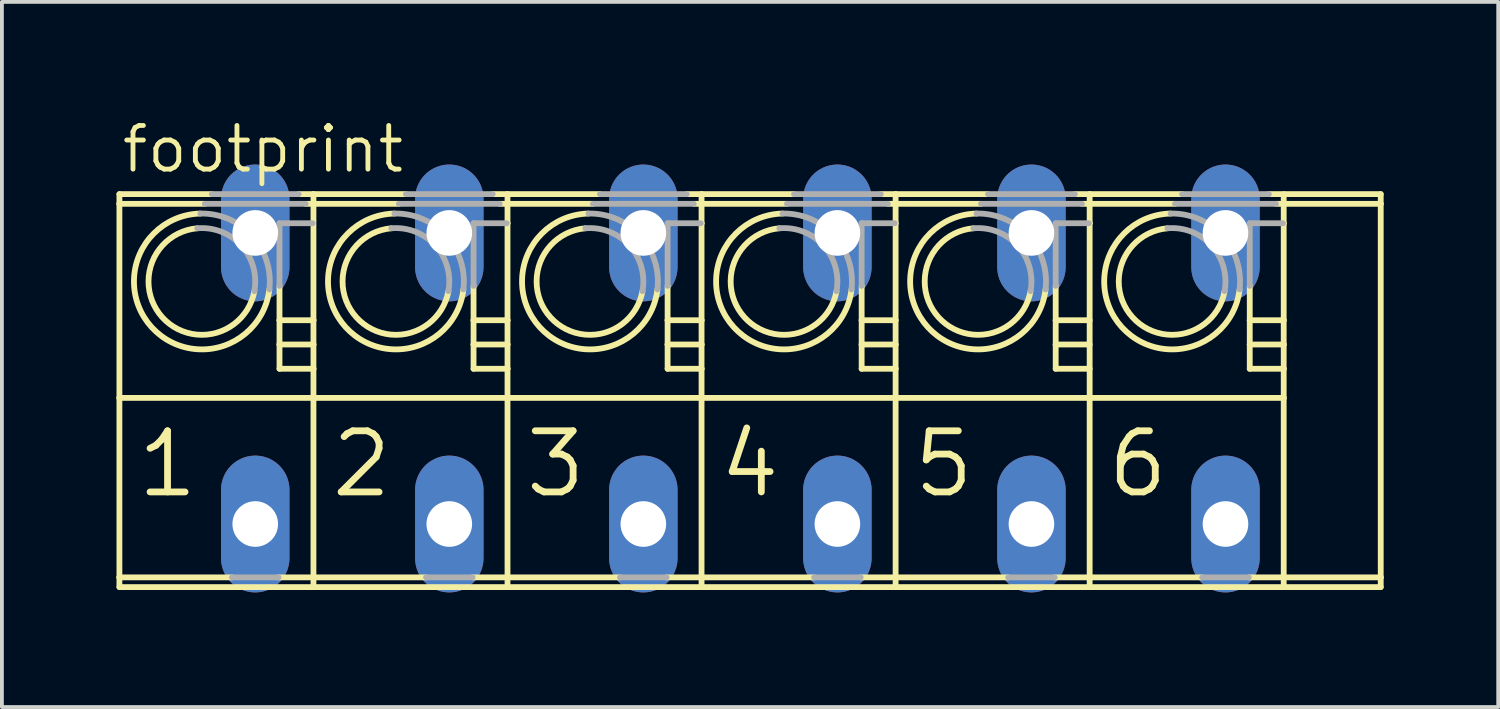
<source format=kicad_pcb>
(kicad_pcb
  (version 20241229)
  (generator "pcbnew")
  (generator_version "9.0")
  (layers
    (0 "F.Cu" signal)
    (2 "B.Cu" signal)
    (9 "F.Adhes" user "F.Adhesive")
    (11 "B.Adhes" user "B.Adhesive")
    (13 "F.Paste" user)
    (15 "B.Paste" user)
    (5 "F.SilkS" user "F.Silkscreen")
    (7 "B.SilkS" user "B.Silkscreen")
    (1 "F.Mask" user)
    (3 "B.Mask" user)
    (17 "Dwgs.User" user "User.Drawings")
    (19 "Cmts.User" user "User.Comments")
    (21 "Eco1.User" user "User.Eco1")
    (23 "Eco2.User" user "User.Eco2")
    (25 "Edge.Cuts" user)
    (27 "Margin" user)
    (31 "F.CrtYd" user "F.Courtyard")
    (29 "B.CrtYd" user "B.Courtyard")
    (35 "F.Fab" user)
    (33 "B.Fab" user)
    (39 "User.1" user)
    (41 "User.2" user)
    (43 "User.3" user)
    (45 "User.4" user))
  (footprint "footprint"
    (layer "F.Cu")
    (at 16.332 6.858)
    (property "Reference" "footprint" (at -16.256 -5.334 0) (layer "F.SilkS") (effects (font (size 1.143 1.143) (thickness 0.127)) (justify left bottom)))
    (fp_line (start -16.256 -4.572) (end -16.256 -4.826) (stroke (width 0.152) (type solid)) (layer "F.SilkS"))
    (fp_line (start -16.256 -4.572) (end -14.02 -4.572) (stroke (width 0.152) (type solid)) (layer "F.SilkS"))
    (fp_line (start -16.256 0.508) (end -16.256 -4.572) (stroke (width 0.152) (type solid)) (layer "F.SilkS"))
    (fp_line (start -16.256 0.508) (end -11.176 0.508) (stroke (width 0.152) (type solid)) (layer "F.SilkS"))
    (fp_line (start -16.256 5.207) (end -16.256 0.508) (stroke (width 0.152) (type solid)) (layer "F.SilkS"))
    (fp_line (start -16.256 5.207) (end -13.309 5.207) (stroke (width 0.152) (type solid)) (layer "F.SilkS"))
    (fp_line (start -16.256 5.461) (end -16.256 5.207) (stroke (width 0.152) (type solid)) (layer "F.SilkS"))
    (fp_line (start -13.836 -4.826) (end -16.256 -4.826) (stroke (width 0.152) (type solid)) (layer "F.SilkS"))
    (fp_line (start -12.091 5.207) (end -11.176 5.207) (stroke (width 0.152) (type solid)) (layer "F.SilkS"))
    (fp_line (start -12.065 -1.524) (end -12.065 -2.425) (stroke (width 0.152) (type solid)) (layer "F.SilkS"))
    (fp_line (start -12.065 -0.889) (end -12.065 -1.524) (stroke (width 0.152) (type solid)) (layer "F.SilkS"))
    (fp_line (start -12.065 -0.254) (end -12.065 -0.889) (stroke (width 0.152) (type solid)) (layer "F.SilkS"))
    (fp_line (start -11.38 -4.572) (end -11.176 -4.572) (stroke (width 0.152) (type solid)) (layer "F.SilkS"))
    (fp_line (start -11.176 -4.826) (end -11.564 -4.826) (stroke (width 0.152) (type solid)) (layer "F.SilkS"))
    (fp_line (start -11.176 -4.572) (end -11.176 -4.826) (stroke (width 0.152) (type solid)) (layer "F.SilkS"))
    (fp_line (start -11.176 -4.572) (end -8.94 -4.572) (stroke (width 0.152) (type solid)) (layer "F.SilkS"))
    (fp_line (start -11.176 -1.524) (end -12.065 -1.524) (stroke (width 0.152) (type solid)) (layer "F.SilkS"))
    (fp_line (start -11.176 -1.524) (end -11.176 -4.572) (stroke (width 0.152) (type solid)) (layer "F.SilkS"))
    (fp_line (start -11.176 -0.889) (end -12.065 -0.889) (stroke (width 0.152) (type solid)) (layer "F.SilkS"))
    (fp_line (start -11.176 -0.889) (end -11.176 -1.524) (stroke (width 0.152) (type solid)) (layer "F.SilkS"))
    (fp_line (start -11.176 -0.254) (end -12.065 -0.254) (stroke (width 0.152) (type solid)) (layer "F.SilkS"))
    (fp_line (start -11.176 -0.254) (end -11.176 -0.889) (stroke (width 0.152) (type solid)) (layer "F.SilkS"))
    (fp_line (start -11.176 0.508) (end -11.176 -0.254) (stroke (width 0.152) (type solid)) (layer "F.SilkS"))
    (fp_line (start -11.176 0.508) (end -6.096 0.508) (stroke (width 0.152) (type solid)) (layer "F.SilkS"))
    (fp_line (start -11.176 5.207) (end -11.176 0.508) (stroke (width 0.152) (type solid)) (layer "F.SilkS"))
    (fp_line (start -11.176 5.207) (end -8.229 5.207) (stroke (width 0.152) (type solid)) (layer "F.SilkS"))
    (fp_line (start -11.176 5.461) (end -16.256 5.461) (stroke (width 0.152) (type solid)) (layer "F.SilkS"))
    (fp_line (start -11.176 5.461) (end -11.176 5.207) (stroke (width 0.152) (type solid)) (layer "F.SilkS"))
    (fp_line (start -8.756 -4.826) (end -11.176 -4.826) (stroke (width 0.152) (type solid)) (layer "F.SilkS"))
    (fp_line (start -7.011 5.207) (end -6.096 5.207) (stroke (width 0.152) (type solid)) (layer "F.SilkS"))
    (fp_line (start -6.985 -1.524) (end -6.985 -2.425) (stroke (width 0.152) (type solid)) (layer "F.SilkS"))
    (fp_line (start -6.985 -0.889) (end -6.985 -1.524) (stroke (width 0.152) (type solid)) (layer "F.SilkS"))
    (fp_line (start -6.985 -0.254) (end -6.985 -0.889) (stroke (width 0.152) (type solid)) (layer "F.SilkS"))
    (fp_line (start -6.3 -4.572) (end -6.096 -4.572) (stroke (width 0.152) (type solid)) (layer "F.SilkS"))
    (fp_line (start -6.117 -4.064) (end -6.096 -4.064) (stroke (width 0.152) (type solid)) (layer "F.SilkS"))
    (fp_line (start -6.096 -4.826) (end -6.484 -4.826) (stroke (width 0.152) (type solid)) (layer "F.SilkS"))
    (fp_line (start -6.096 -4.572) (end -6.096 -4.826) (stroke (width 0.152) (type solid)) (layer "F.SilkS"))
    (fp_line (start -6.096 -4.572) (end -3.86 -4.572) (stroke (width 0.152) (type solid)) (layer "F.SilkS"))
    (fp_line (start -6.096 -4.064) (end -6.096 -4.572) (stroke (width 0.152) (type solid)) (layer "F.SilkS"))
    (fp_line (start -6.096 -1.524) (end -6.985 -1.524) (stroke (width 0.152) (type solid)) (layer "F.SilkS"))
    (fp_line (start -6.096 -1.524) (end -6.096 -4.064) (stroke (width 0.152) (type solid)) (layer "F.SilkS"))
    (fp_line (start -6.096 -0.889) (end -6.985 -0.889) (stroke (width 0.152) (type solid)) (layer "F.SilkS"))
    (fp_line (start -6.096 -0.889) (end -6.096 -1.524) (stroke (width 0.152) (type solid)) (layer "F.SilkS"))
    (fp_line (start -6.096 -0.254) (end -6.985 -0.254) (stroke (width 0.152) (type solid)) (layer "F.SilkS"))
    (fp_line (start -6.096 -0.254) (end -6.096 -0.889) (stroke (width 0.152) (type solid)) (layer "F.SilkS"))
    (fp_line (start -6.096 0.508) (end -6.096 -0.254) (stroke (width 0.152) (type solid)) (layer "F.SilkS"))
    (fp_line (start -6.096 0.508) (end -1.016 0.508) (stroke (width 0.152) (type solid)) (layer "F.SilkS"))
    (fp_line (start -6.096 5.207) (end -6.096 0.508) (stroke (width 0.152) (type solid)) (layer "F.SilkS"))
    (fp_line (start -6.096 5.207) (end -3.149 5.207) (stroke (width 0.152) (type solid)) (layer "F.SilkS"))
    (fp_line (start -6.096 5.461) (end -11.176 5.461) (stroke (width 0.152) (type solid)) (layer "F.SilkS"))
    (fp_line (start -6.096 5.461) (end -6.096 5.207) (stroke (width 0.152) (type solid)) (layer "F.SilkS"))
    (fp_line (start -3.676 -4.826) (end -6.096 -4.826) (stroke (width 0.152) (type solid)) (layer "F.SilkS"))
    (fp_line (start -1.931 5.207) (end -1.016 5.207) (stroke (width 0.152) (type solid)) (layer "F.SilkS"))
    (fp_line (start -1.905 -1.524) (end -1.905 -2.425) (stroke (width 0.152) (type solid)) (layer "F.SilkS"))
    (fp_line (start -1.905 -0.889) (end -1.905 -1.524) (stroke (width 0.152) (type solid)) (layer "F.SilkS"))
    (fp_line (start -1.905 -0.254) (end -1.905 -0.889) (stroke (width 0.152) (type solid)) (layer "F.SilkS"))
    (fp_line (start -1.22 -4.572) (end -1.016 -4.572) (stroke (width 0.152) (type solid)) (layer "F.SilkS"))
    (fp_line (start -1.037 -4.064) (end -1.016 -4.064) (stroke (width 0.152) (type solid)) (layer "F.SilkS"))
    (fp_line (start -1.016 -4.826) (end -1.404 -4.826) (stroke (width 0.152) (type solid)) (layer "F.SilkS"))
    (fp_line (start -1.016 -4.572) (end -1.016 -4.826) (stroke (width 0.152) (type solid)) (layer "F.SilkS"))
    (fp_line (start -1.016 -4.572) (end 1.22 -4.572) (stroke (width 0.152) (type solid)) (layer "F.SilkS"))
    (fp_line (start -1.016 -4.064) (end -1.016 -4.572) (stroke (width 0.152) (type solid)) (layer "F.SilkS"))
    (fp_line (start -1.016 -1.524) (end -1.905 -1.524) (stroke (width 0.152) (type solid)) (layer "F.SilkS"))
    (fp_line (start -1.016 -1.524) (end -1.016 -4.064) (stroke (width 0.152) (type solid)) (layer "F.SilkS"))
    (fp_line (start -1.016 -0.889) (end -1.905 -0.889) (stroke (width 0.152) (type solid)) (layer "F.SilkS"))
    (fp_line (start -1.016 -0.889) (end -1.016 -1.524) (stroke (width 0.152) (type solid)) (layer "F.SilkS"))
    (fp_line (start -1.016 -0.254) (end -1.905 -0.254) (stroke (width 0.152) (type solid)) (layer "F.SilkS"))
    (fp_line (start -1.016 -0.254) (end -1.016 -0.889) (stroke (width 0.152) (type solid)) (layer "F.SilkS"))
    (fp_line (start -1.016 0.508) (end -1.016 -0.254) (stroke (width 0.152) (type solid)) (layer "F.SilkS"))
    (fp_line (start -1.016 0.508) (end 4.064 0.508) (stroke (width 0.152) (type solid)) (layer "F.SilkS"))
    (fp_line (start -1.016 5.207) (end -1.016 0.508) (stroke (width 0.152) (type solid)) (layer "F.SilkS"))
    (fp_line (start -1.016 5.207) (end 1.931 5.207) (stroke (width 0.152) (type solid)) (layer "F.SilkS"))
    (fp_line (start -1.016 5.461) (end -6.096 5.461) (stroke (width 0.152) (type solid)) (layer "F.SilkS"))
    (fp_line (start -1.016 5.461) (end -1.016 5.207) (stroke (width 0.152) (type solid)) (layer "F.SilkS"))
    (fp_line (start 1.404 -4.826) (end -1.016 -4.826) (stroke (width 0.152) (type solid)) (layer "F.SilkS"))
    (fp_line (start 3.149 5.207) (end 4.064 5.207) (stroke (width 0.152) (type solid)) (layer "F.SilkS"))
    (fp_line (start 3.175 -1.524) (end 3.175 -2.425) (stroke (width 0.152) (type solid)) (layer "F.SilkS"))
    (fp_line (start 3.175 -0.889) (end 3.175 -1.524) (stroke (width 0.152) (type solid)) (layer "F.SilkS"))
    (fp_line (start 3.175 -0.254) (end 3.175 -0.889) (stroke (width 0.152) (type solid)) (layer "F.SilkS"))
    (fp_line (start 3.86 -4.572) (end 4.064 -4.572) (stroke (width 0.152) (type solid)) (layer "F.SilkS"))
    (fp_line (start 4.043 -4.064) (end 4.064 -4.064) (stroke (width 0.152) (type solid)) (layer "F.SilkS"))
    (fp_line (start 4.064 -4.826) (end 3.676 -4.826) (stroke (width 0.152) (type solid)) (layer "F.SilkS"))
    (fp_line (start 4.064 -4.572) (end 4.064 -4.826) (stroke (width 0.152) (type solid)) (layer "F.SilkS"))
    (fp_line (start 4.064 -4.572) (end 6.3 -4.572) (stroke (width 0.152) (type solid)) (layer "F.SilkS"))
    (fp_line (start 4.064 -4.064) (end 4.064 -4.572) (stroke (width 0.152) (type solid)) (layer "F.SilkS"))
    (fp_line (start 4.064 -1.524) (end 3.175 -1.524) (stroke (width 0.152) (type solid)) (layer "F.SilkS"))
    (fp_line (start 4.064 -1.524) (end 4.064 -4.064) (stroke (width 0.152) (type solid)) (layer "F.SilkS"))
    (fp_line (start 4.064 -0.889) (end 3.175 -0.889) (stroke (width 0.152) (type solid)) (layer "F.SilkS"))
    (fp_line (start 4.064 -0.889) (end 4.064 -1.524) (stroke (width 0.152) (type solid)) (layer "F.SilkS"))
    (fp_line (start 4.064 -0.254) (end 3.175 -0.254) (stroke (width 0.152) (type solid)) (layer "F.SilkS"))
    (fp_line (start 4.064 -0.254) (end 4.064 -0.889) (stroke (width 0.152) (type solid)) (layer "F.SilkS"))
    (fp_line (start 4.064 0.508) (end 4.064 -0.254) (stroke (width 0.152) (type solid)) (layer "F.SilkS"))
    (fp_line (start 4.064 0.508) (end 9.144 0.508) (stroke (width 0.152) (type solid)) (layer "F.SilkS"))
    (fp_line (start 4.064 5.207) (end 4.064 0.508) (stroke (width 0.152) (type solid)) (layer "F.SilkS"))
    (fp_line (start 4.064 5.207) (end 7.011 5.207) (stroke (width 0.152) (type solid)) (layer "F.SilkS"))
    (fp_line (start 4.064 5.461) (end -1.016 5.461) (stroke (width 0.152) (type solid)) (layer "F.SilkS"))
    (fp_line (start 4.064 5.461) (end 4.064 5.207) (stroke (width 0.152) (type solid)) (layer "F.SilkS"))
    (fp_line (start 6.484 -4.826) (end 4.064 -4.826) (stroke (width 0.152) (type solid)) (layer "F.SilkS"))
    (fp_line (start 8.229 5.207) (end 9.144 5.207) (stroke (width 0.152) (type solid)) (layer "F.SilkS"))
    (fp_line (start 8.255 -1.524) (end 8.255 -2.425) (stroke (width 0.152) (type solid)) (layer "F.SilkS"))
    (fp_line (start 8.255 -0.889) (end 8.255 -1.524) (stroke (width 0.152) (type solid)) (layer "F.SilkS"))
    (fp_line (start 8.255 -0.254) (end 8.255 -0.889) (stroke (width 0.152) (type solid)) (layer "F.SilkS"))
    (fp_line (start 8.94 -4.572) (end 9.144 -4.572) (stroke (width 0.152) (type solid)) (layer "F.SilkS"))
    (fp_line (start 9.123 -4.064) (end 9.144 -4.064) (stroke (width 0.152) (type solid)) (layer "F.SilkS"))
    (fp_line (start 9.144 -4.826) (end 8.756 -4.826) (stroke (width 0.152) (type solid)) (layer "F.SilkS"))
    (fp_line (start 9.144 -4.572) (end 9.144 -4.826) (stroke (width 0.152) (type solid)) (layer "F.SilkS"))
    (fp_line (start 9.144 -4.572) (end 11.38 -4.572) (stroke (width 0.152) (type solid)) (layer "F.SilkS"))
    (fp_line (start 9.144 -4.064) (end 9.144 -4.572) (stroke (width 0.152) (type solid)) (layer "F.SilkS"))
    (fp_line (start 9.144 -1.524) (end 8.255 -1.524) (stroke (width 0.152) (type solid)) (layer "F.SilkS"))
    (fp_line (start 9.144 -0.889) (end 8.255 -0.889) (stroke (width 0.152) (type solid)) (layer "F.SilkS"))
    (fp_line (start 9.144 -0.254) (end 8.255 -0.254) (stroke (width 0.152) (type solid)) (layer "F.SilkS"))
    (fp_line (start 9.144 0.508) (end 9.144 -4.064) (stroke (width 0.152) (type solid)) (layer "F.SilkS"))
    (fp_line (start 9.144 0.508) (end 14.224 0.508) (stroke (width 0.152) (type solid)) (layer "F.SilkS"))
    (fp_line (start 9.144 5.207) (end 9.144 0.508) (stroke (width 0.152) (type solid)) (layer "F.SilkS"))
    (fp_line (start 9.144 5.207) (end 12.091 5.207) (stroke (width 0.152) (type solid)) (layer "F.SilkS"))
    (fp_line (start 9.144 5.461) (end 4.064 5.461) (stroke (width 0.152) (type solid)) (layer "F.SilkS"))
    (fp_line (start 9.144 5.461) (end 9.144 5.207) (stroke (width 0.152) (type solid)) (layer "F.SilkS"))
    (fp_line (start 11.564 -4.826) (end 9.144 -4.826) (stroke (width 0.152) (type solid)) (layer "F.SilkS"))
    (fp_line (start 13.335 -1.524) (end 13.335 -2.425) (stroke (width 0.152) (type solid)) (layer "F.SilkS"))
    (fp_line (start 13.335 -0.889) (end 13.335 -1.524) (stroke (width 0.152) (type solid)) (layer "F.SilkS"))
    (fp_line (start 13.335 -0.254) (end 13.335 -0.889) (stroke (width 0.152) (type solid)) (layer "F.SilkS"))
    (fp_line (start 14.203 -4.064) (end 14.224 -4.064) (stroke (width 0.152) (type solid)) (layer "F.SilkS"))
    (fp_line (start 14.224 -4.064) (end 14.224 -4.826) (stroke (width 0.152) (type solid)) (layer "F.SilkS"))
    (fp_line (start 14.224 -1.524) (end 13.335 -1.524) (stroke (width 0.152) (type solid)) (layer "F.SilkS"))
    (fp_line (start 14.224 -1.524) (end 14.224 -4.064) (stroke (width 0.152) (type solid)) (layer "F.SilkS"))
    (fp_line (start 14.224 -0.889) (end 13.335 -0.889) (stroke (width 0.152) (type solid)) (layer "F.SilkS"))
    (fp_line (start 14.224 -0.889) (end 14.224 -1.524) (stroke (width 0.152) (type solid)) (layer "F.SilkS"))
    (fp_line (start 14.224 -0.254) (end 13.335 -0.254) (stroke (width 0.152) (type solid)) (layer "F.SilkS"))
    (fp_line (start 14.224 -0.254) (end 14.224 -0.889) (stroke (width 0.152) (type solid)) (layer "F.SilkS"))
    (fp_line (start 14.224 0.508) (end 14.224 -0.254) (stroke (width 0.152) (type solid)) (layer "F.SilkS"))
    (fp_line (start 14.224 5.461) (end 14.224 0.508) (stroke (width 0.152) (type solid)) (layer "F.SilkS"))
    (fp_line (start 16.764 -4.826) (end 13.836 -4.826) (stroke (width 0.152) (type solid)) (layer "F.SilkS"))
    (fp_line (start 16.764 -4.572) (end 14.02 -4.572) (stroke (width 0.152) (type solid)) (layer "F.SilkS"))
    (fp_line (start 16.764 -4.572) (end 16.764 -4.826) (stroke (width 0.152) (type solid)) (layer "F.SilkS"))
    (fp_line (start 16.764 5.207) (end 13.309 5.207) (stroke (width 0.152) (type solid)) (layer "F.SilkS"))
    (fp_line (start 16.764 5.207) (end 16.764 -4.572) (stroke (width 0.152) (type solid)) (layer "F.SilkS"))
    (fp_line (start 16.764 5.461) (end 9.144 5.461) (stroke (width 0.152) (type solid)) (layer "F.SilkS"))
    (fp_line (start 16.764 5.461) (end 16.764 5.207) (stroke (width 0.152) (type solid)) (layer "F.SilkS"))
    (fp_arc (start -12.722798 -2.286201) (mid -15.130823 -1.599522) (end -14.2192 -3.9317) (stroke (width 0.1524) (type solid)) (layer "F.SilkS"))
    (fp_arc (start -12.3308 -2.3312) (mid -15.412817 -1.343062) (end -14.1369 -4.3175) (stroke (width 0.1524) (type solid)) (layer "F.SilkS"))
    (fp_arc (start -7.642798 -2.286201) (mid -10.050823 -1.599522) (end -9.1392 -3.9317) (stroke (width 0.1524) (type solid)) (layer "F.SilkS"))
    (fp_arc (start -7.2508 -2.3312) (mid -10.332817 -1.343062) (end -9.0569 -4.3175) (stroke (width 0.1524) (type solid)) (layer "F.SilkS"))
    (fp_arc (start -2.562798 -2.286201) (mid -4.970823 -1.599522) (end -4.0592 -3.9317) (stroke (width 0.1524) (type solid)) (layer "F.SilkS"))
    (fp_arc (start -2.1708 -2.3312) (mid -5.252817 -1.343062) (end -3.9769 -4.3175) (stroke (width 0.1524) (type solid)) (layer "F.SilkS"))
    (fp_arc (start 2.5172 -2.2862) (mid 0.109175 -1.599523) (end 1.0208 -3.9317) (stroke (width 0.1524) (type solid)) (layer "F.SilkS"))
    (fp_arc (start 2.909199 -2.331199) (mid -0.172819 -1.343062) (end 1.1031 -4.3175) (stroke (width 0.1524) (type solid)) (layer "F.SilkS"))
    (fp_arc (start 7.5972 -2.2862) (mid 5.189175 -1.599523) (end 6.1008 -3.9317) (stroke (width 0.1524) (type solid)) (layer "F.SilkS"))
    (fp_arc (start 7.989199 -2.331199) (mid 4.907181 -1.343062) (end 6.1831 -4.3175) (stroke (width 0.1524) (type solid)) (layer "F.SilkS"))
    (fp_arc (start 12.6772 -2.2862) (mid 10.269175 -1.599523) (end 11.1808 -3.9317) (stroke (width 0.1524) (type solid)) (layer "F.SilkS"))
    (fp_arc (start 13.069199 -2.331199) (mid 9.987181 -1.343062) (end 11.2631 -4.3175) (stroke (width 0.1524) (type solid)) (layer "F.SilkS"))
    (fp_line (start -14.02 -4.572) (end -11.38 -4.572) (stroke (width 0.152) (type solid)) (layer "F.Fab"))
    (fp_line (start -13.309 5.207) (end -12.091 5.207) (stroke (width 0.152) (type solid)) (layer "F.Fab"))
    (fp_line (start -12.065 -4.064) (end -11.197 -4.064) (stroke (width 0.152) (type solid)) (layer "F.Fab"))
    (fp_line (start -12.065 -2.425) (end -12.065 -4.064) (stroke (width 0.152) (type solid)) (layer "F.Fab"))
    (fp_line (start -11.564 -4.826) (end -13.836 -4.826) (stroke (width 0.152) (type solid)) (layer "F.Fab"))
    (fp_line (start -8.94 -4.572) (end -6.3 -4.572) (stroke (width 0.152) (type solid)) (layer "F.Fab"))
    (fp_line (start -8.229 5.207) (end -7.011 5.207) (stroke (width 0.152) (type solid)) (layer "F.Fab"))
    (fp_line (start -6.985 -4.064) (end -6.117 -4.064) (stroke (width 0.152) (type solid)) (layer "F.Fab"))
    (fp_line (start -6.985 -2.425) (end -6.985 -4.064) (stroke (width 0.152) (type solid)) (layer "F.Fab"))
    (fp_line (start -6.484 -4.826) (end -8.756 -4.826) (stroke (width 0.152) (type solid)) (layer "F.Fab"))
    (fp_line (start -3.86 -4.572) (end -1.22 -4.572) (stroke (width 0.152) (type solid)) (layer "F.Fab"))
    (fp_line (start -3.149 5.207) (end -1.931 5.207) (stroke (width 0.152) (type solid)) (layer "F.Fab"))
    (fp_line (start -1.905 -4.064) (end -1.037 -4.064) (stroke (width 0.152) (type solid)) (layer "F.Fab"))
    (fp_line (start -1.905 -2.425) (end -1.905 -4.064) (stroke (width 0.152) (type solid)) (layer "F.Fab"))
    (fp_line (start -1.404 -4.826) (end -3.676 -4.826) (stroke (width 0.152) (type solid)) (layer "F.Fab"))
    (fp_line (start 1.22 -4.572) (end 3.86 -4.572) (stroke (width 0.152) (type solid)) (layer "F.Fab"))
    (fp_line (start 1.931 5.207) (end 3.149 5.207) (stroke (width 0.152) (type solid)) (layer "F.Fab"))
    (fp_line (start 3.175 -4.064) (end 4.043 -4.064) (stroke (width 0.152) (type solid)) (layer "F.Fab"))
    (fp_line (start 3.175 -2.425) (end 3.175 -4.064) (stroke (width 0.152) (type solid)) (layer "F.Fab"))
    (fp_line (start 3.676 -4.826) (end 1.404 -4.826) (stroke (width 0.152) (type solid)) (layer "F.Fab"))
    (fp_line (start 6.3 -4.572) (end 8.94 -4.572) (stroke (width 0.152) (type solid)) (layer "F.Fab"))
    (fp_line (start 7.011 5.207) (end 8.229 5.207) (stroke (width 0.152) (type solid)) (layer "F.Fab"))
    (fp_line (start 8.255 -4.064) (end 9.123 -4.064) (stroke (width 0.152) (type solid)) (layer "F.Fab"))
    (fp_line (start 8.255 -2.425) (end 8.255 -4.064) (stroke (width 0.152) (type solid)) (layer "F.Fab"))
    (fp_line (start 8.756 -4.826) (end 6.484 -4.826) (stroke (width 0.152) (type solid)) (layer "F.Fab"))
    (fp_line (start 11.38 -4.572) (end 14.02 -4.572) (stroke (width 0.152) (type solid)) (layer "F.Fab"))
    (fp_line (start 12.091 5.207) (end 13.309 5.207) (stroke (width 0.152) (type solid)) (layer "F.Fab"))
    (fp_line (start 13.335 -4.064) (end 14.203 -4.064) (stroke (width 0.152) (type solid)) (layer "F.Fab"))
    (fp_line (start 13.335 -2.425) (end 13.335 -4.064) (stroke (width 0.152) (type solid)) (layer "F.Fab"))
    (fp_line (start 13.836 -4.826) (end 11.564 -4.826) (stroke (width 0.152) (type solid)) (layer "F.Fab"))
    (fp_arc (start -14.2192 -3.9317) (mid -13.063305 -3.479838) (end -12.723098 -2.286301) (stroke (width 0.1524) (type solid)) (layer "F.Fab"))
    (fp_arc (start -14.1369 -4.3175) (mid -12.781248 -3.735937) (end -12.330999 -2.331201) (stroke (width 0.1524) (type solid)) (layer "F.Fab"))
    (fp_arc (start -9.1392 -3.9317) (mid -7.983305 -3.479838) (end -7.643098 -2.286301) (stroke (width 0.1524) (type solid)) (layer "F.Fab"))
    (fp_arc (start -9.0569 -4.3175) (mid -7.701248 -3.735937) (end -7.250999 -2.331201) (stroke (width 0.1524) (type solid)) (layer "F.Fab"))
    (fp_arc (start -4.0592 -3.9317) (mid -2.903305 -3.479838) (end -2.563098 -2.286301) (stroke (width 0.1524) (type solid)) (layer "F.Fab"))
    (fp_arc (start -3.9769 -4.3175) (mid -2.621248 -3.735937) (end -2.170999 -2.331201) (stroke (width 0.1524) (type solid)) (layer "F.Fab"))
    (fp_arc (start 1.0208 -3.9317) (mid 2.176694 -3.479837) (end 2.5169 -2.2863) (stroke (width 0.1524) (type solid)) (layer "F.Fab"))
    (fp_arc (start 1.1031 -4.3175) (mid 2.458752 -3.735936) (end 2.909 -2.3312) (stroke (width 0.1524) (type solid)) (layer "F.Fab"))
    (fp_arc (start 6.1008 -3.9317) (mid 7.256694 -3.479837) (end 7.5969 -2.2863) (stroke (width 0.1524) (type solid)) (layer "F.Fab"))
    (fp_arc (start 6.1831 -4.3175) (mid 7.538752 -3.735936) (end 7.989 -2.3312) (stroke (width 0.1524) (type solid)) (layer "F.Fab"))
    (fp_arc (start 11.1808 -3.9317) (mid 12.336694 -3.479837) (end 12.6769 -2.2863) (stroke (width 0.1524) (type solid)) (layer "F.Fab"))
    (fp_arc (start 11.2631 -4.3175) (mid 12.618752 -3.735936) (end 13.069 -2.3312) (stroke (width 0.1524) (type solid)) (layer "F.Fab"))
    (fp_text user "5" (at 4.445 3.175 0) (layer "F.SilkS") (effects (font (size 1.6 1.6) (thickness 0.178)) (justify left bottom)))
    (fp_text user "4" (at -0.635 3.175 0) (layer "F.SilkS") (effects (font (size 1.6 1.6) (thickness 0.178)) (justify left bottom)))
    (fp_text user "6" (at 9.525 3.175 0) (layer "F.SilkS") (effects (font (size 1.6 1.6) (thickness 0.178)) (justify left bottom)))
    (fp_text user "2" (at -10.795 3.175 0) (layer "F.SilkS") (effects (font (size 1.6 1.6) (thickness 0.178)) (justify left bottom)))
    (fp_text user "3" (at -5.715 3.175 0) (layer "F.SilkS") (effects (font (size 1.6 1.6) (thickness 0.178)) (justify left bottom)))
    (fp_text user "1" (at -15.875 3.175 0) (layer "F.SilkS") (effects (font (size 1.6 1.6) (thickness 0.178)) (justify left bottom)))
    (pad "1" thru_hole oval (at -12.7 3.81 90) (size 3.581 1.791) (drill 1.194) (layers "*.Cu" "*.Mask"))
    (pad "1A" thru_hole oval (at -12.7 -3.81 90) (size 3.581 1.791) (drill 1.194) (layers "*.Cu" "*.Mask"))
    (pad "2" thru_hole oval (at -7.62 3.81 90) (size 3.581 1.791) (drill 1.194) (layers "*.Cu" "*.Mask"))
    (pad "2A" thru_hole oval (at -7.62 -3.81 90) (size 3.581 1.791) (drill 1.194) (layers "*.Cu" "*.Mask"))
    (pad "3" thru_hole oval (at -2.54 3.81 90) (size 3.581 1.791) (drill 1.194) (layers "*.Cu" "*.Mask"))
    (pad "3A" thru_hole oval (at -2.54 -3.81 90) (size 3.581 1.791) (drill 1.194) (layers "*.Cu" "*.Mask"))
    (pad "4" thru_hole oval (at 2.54 3.81 90) (size 3.581 1.791) (drill 1.194) (layers "*.Cu" "*.Mask"))
    (pad "4A" thru_hole oval (at 2.54 -3.81 90) (size 3.581 1.791) (drill 1.194) (layers "*.Cu" "*.Mask"))
    (pad "5" thru_hole oval (at 7.62 3.81 90) (size 3.581 1.791) (drill 1.194) (layers "*.Cu" "*.Mask"))
    (pad "5A" thru_hole oval (at 7.62 -3.81 90) (size 3.581 1.791) (drill 1.194) (layers "*.Cu" "*.Mask"))
    (pad "6" thru_hole oval (at 12.7 3.81 90) (size 3.581 1.791) (drill 1.194) (layers "*.Cu" "*.Mask"))
    (pad "6A" thru_hole oval (at 12.7 -3.81 90) (size 3.581 1.791) (drill 1.194) (layers "*.Cu" "*.Mask")))
  (gr_rect
    (start -3 -3)
    (end 36.172 15.459)
    (stroke (width 0.1) (type default))
    (fill no)
    (layer "Edge.Cuts")))
</source>
